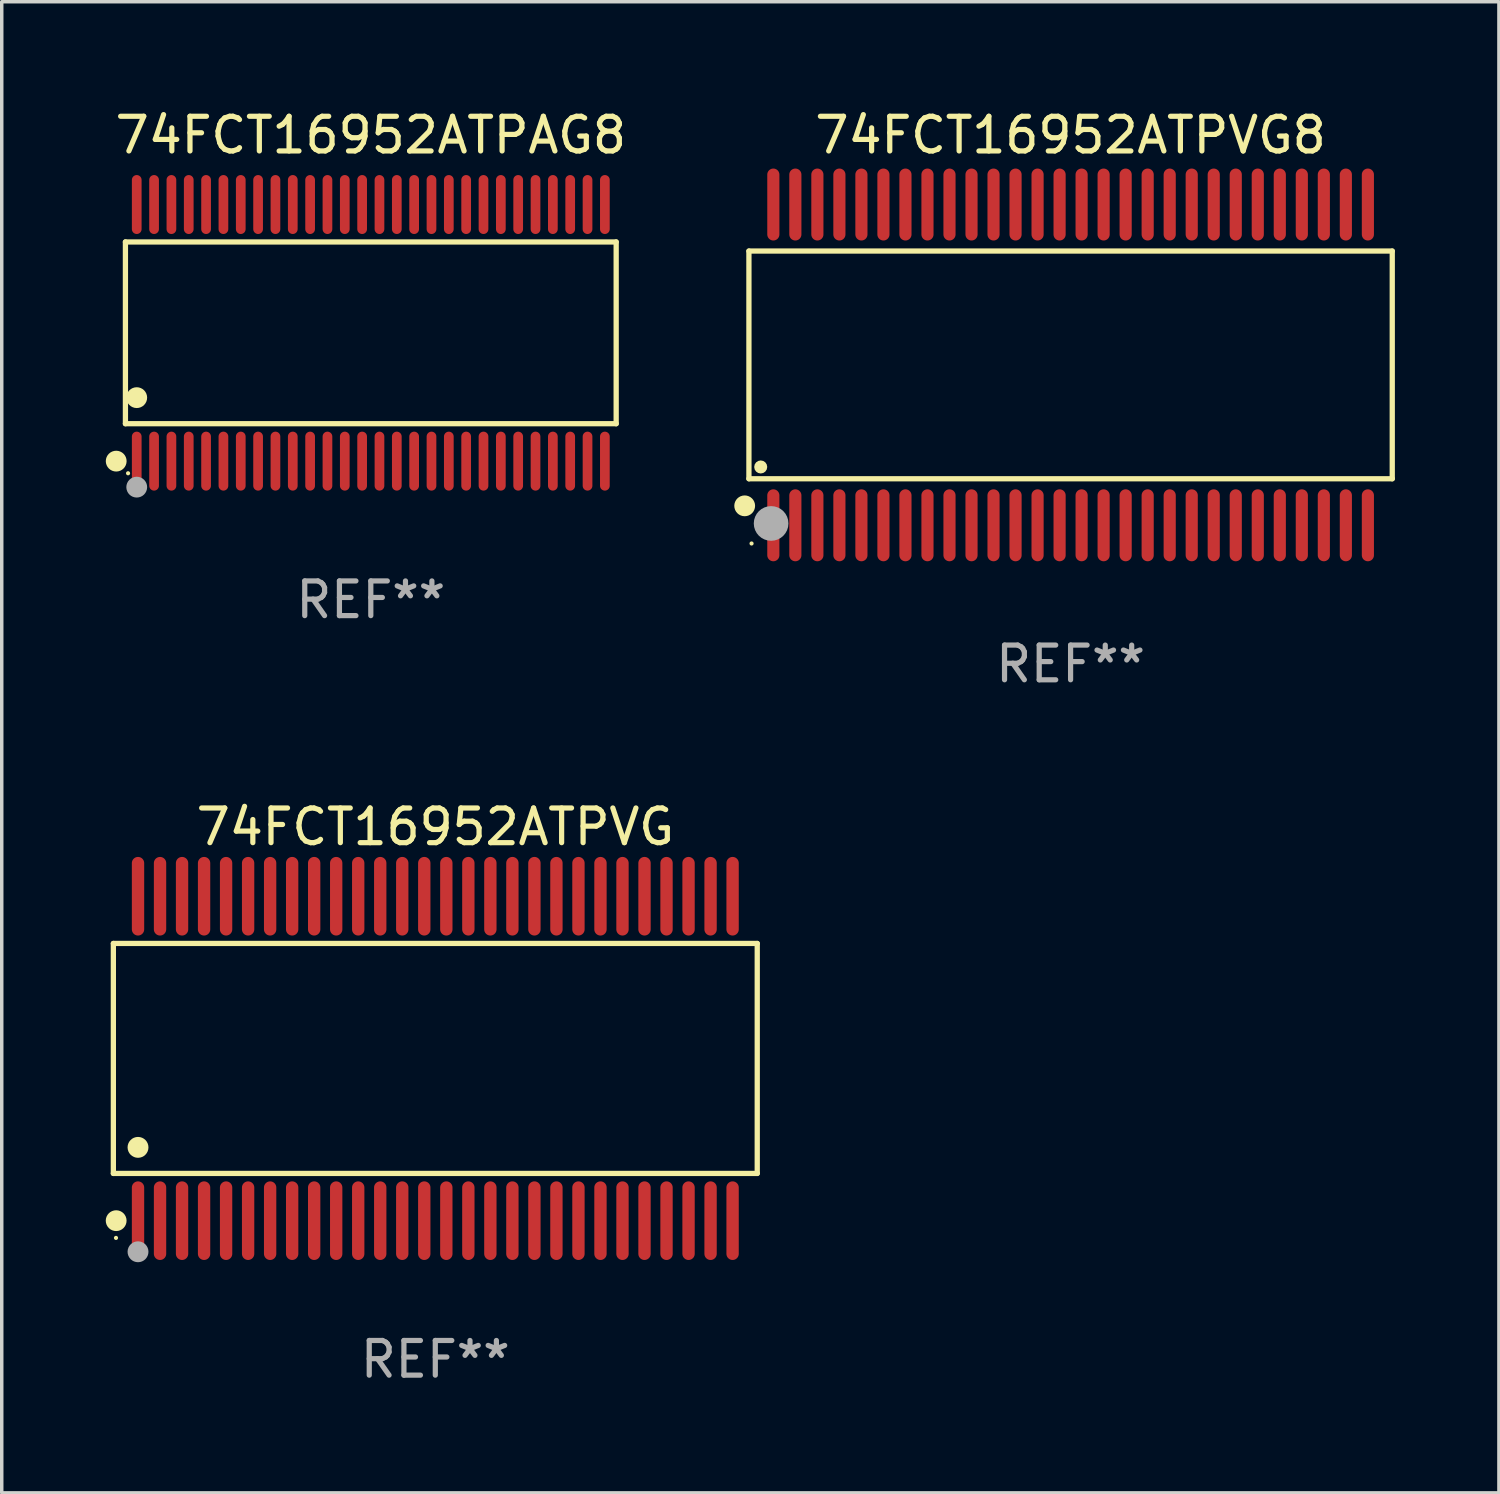
<source format=kicad_pcb>
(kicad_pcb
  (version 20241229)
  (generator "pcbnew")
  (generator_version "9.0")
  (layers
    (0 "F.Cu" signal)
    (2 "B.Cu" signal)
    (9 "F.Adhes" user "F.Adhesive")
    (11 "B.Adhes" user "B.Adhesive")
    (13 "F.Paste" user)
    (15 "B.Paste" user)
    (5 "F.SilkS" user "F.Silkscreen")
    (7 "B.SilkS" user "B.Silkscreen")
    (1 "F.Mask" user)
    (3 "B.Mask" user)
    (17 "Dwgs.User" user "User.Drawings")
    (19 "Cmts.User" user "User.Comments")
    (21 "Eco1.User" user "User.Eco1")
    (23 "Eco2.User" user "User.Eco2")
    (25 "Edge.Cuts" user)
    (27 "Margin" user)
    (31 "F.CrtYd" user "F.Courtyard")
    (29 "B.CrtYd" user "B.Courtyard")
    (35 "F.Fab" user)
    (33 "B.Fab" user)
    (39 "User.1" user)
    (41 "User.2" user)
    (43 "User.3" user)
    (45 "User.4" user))
  (footprint "74FCT16952ATPVG"
    (layer "F.Cu")
    (at 9.503 27.473)
    (property "Reference" "74FCT16952ATPVG" (at 0 -6.678 0) (layer "F.SilkS") (effects (font (size 1 1) (thickness 0.15))))
    (attr through_hole)
    (fp_line (start -9.284 -3.316) (end 9.284 -3.316) (stroke (width 0.152) (type solid)) (layer "F.SilkS"))
    (fp_line (start -9.284 3.316) (end -9.284 -3.316) (stroke (width 0.152) (type solid)) (layer "F.SilkS"))
    (fp_line (start 9.284 -3.316) (end 9.284 3.316) (stroke (width 0.152) (type solid)) (layer "F.SilkS"))
    (fp_line (start 9.284 3.316) (end -9.284 3.316) (stroke (width 0.152) (type solid)) (layer "F.SilkS"))
    (fp_circle (center -9.208 5.175) (end -9.178 5.175) (stroke (width 0.06) (type solid)) (fill no) (layer "F.SilkS"))
    (fp_circle (center -9.203 4.678) (end -9.053 4.678) (stroke (width 0.3) (type solid)) (fill no) (layer "F.SilkS"))
    (fp_circle (center -8.573 2.564) (end -8.422 2.564) (stroke (width 0.3) (type solid)) (fill no) (layer "F.SilkS"))
    (fp_circle (center -8.573 5.575) (end -8.422 5.575) (stroke (width 0.3) (type solid)) (fill no) (layer "F.Fab"))
    (fp_text user "REF**" (at 0 8.678 0) (layer "F.Fab") (effects (font (size 1 1) (thickness 0.15))))
    (pad "1" smd oval (at -8.573 4.678) (size 0.356 2.267) (layers "F.Cu" "F.Mask" "F.Paste"))
    (pad "2" smd oval (at -7.938 4.678) (size 0.356 2.267) (layers "F.Cu" "F.Mask" "F.Paste"))
    (pad "3" smd oval (at -7.303 4.678) (size 0.356 2.267) (layers "F.Cu" "F.Mask" "F.Paste"))
    (pad "4" smd oval (at -6.668 4.678) (size 0.356 2.267) (layers "F.Cu" "F.Mask" "F.Paste"))
    (pad "5" smd oval (at -6.033 4.678) (size 0.356 2.267) (layers "F.Cu" "F.Mask" "F.Paste"))
    (pad "6" smd oval (at -5.398 4.678) (size 0.356 2.267) (layers "F.Cu" "F.Mask" "F.Paste"))
    (pad "7" smd oval (at -4.763 4.678) (size 0.356 2.267) (layers "F.Cu" "F.Mask" "F.Paste"))
    (pad "8" smd oval (at -4.128 4.678) (size 0.356 2.267) (layers "F.Cu" "F.Mask" "F.Paste"))
    (pad "9" smd oval (at -3.493 4.678) (size 0.356 2.267) (layers "F.Cu" "F.Mask" "F.Paste"))
    (pad "10" smd oval (at -2.858 4.678) (size 0.356 2.267) (layers "F.Cu" "F.Mask" "F.Paste"))
    (pad "11" smd oval (at -2.223 4.678) (size 0.356 2.267) (layers "F.Cu" "F.Mask" "F.Paste"))
    (pad "12" smd oval (at -1.588 4.678) (size 0.356 2.267) (layers "F.Cu" "F.Mask" "F.Paste"))
    (pad "13" smd oval (at -0.953 4.678) (size 0.356 2.267) (layers "F.Cu" "F.Mask" "F.Paste"))
    (pad "14" smd oval (at -0.318 4.678) (size 0.356 2.267) (layers "F.Cu" "F.Mask" "F.Paste"))
    (pad "15" smd oval (at 0.318 4.678) (size 0.356 2.267) (layers "F.Cu" "F.Mask" "F.Paste"))
    (pad "16" smd oval (at 0.953 4.678) (size 0.356 2.267) (layers "F.Cu" "F.Mask" "F.Paste"))
    (pad "17" smd oval (at 1.588 4.678) (size 0.356 2.267) (layers "F.Cu" "F.Mask" "F.Paste"))
    (pad "18" smd oval (at 2.223 4.678) (size 0.356 2.267) (layers "F.Cu" "F.Mask" "F.Paste"))
    (pad "19" smd oval (at 2.858 4.678) (size 0.356 2.267) (layers "F.Cu" "F.Mask" "F.Paste"))
    (pad "20" smd oval (at 3.493 4.678) (size 0.356 2.267) (layers "F.Cu" "F.Mask" "F.Paste"))
    (pad "21" smd oval (at 4.128 4.678) (size 0.356 2.267) (layers "F.Cu" "F.Mask" "F.Paste"))
    (pad "22" smd oval (at 4.763 4.678) (size 0.356 2.267) (layers "F.Cu" "F.Mask" "F.Paste"))
    (pad "23" smd oval (at 5.398 4.678) (size 0.356 2.267) (layers "F.Cu" "F.Mask" "F.Paste"))
    (pad "24" smd oval (at 6.033 4.678) (size 0.356 2.267) (layers "F.Cu" "F.Mask" "F.Paste"))
    (pad "25" smd oval (at 6.668 4.678) (size 0.356 2.267) (layers "F.Cu" "F.Mask" "F.Paste"))
    (pad "26" smd oval (at 7.303 4.678) (size 0.356 2.267) (layers "F.Cu" "F.Mask" "F.Paste"))
    (pad "27" smd oval (at 7.938 4.678) (size 0.356 2.267) (layers "F.Cu" "F.Mask" "F.Paste"))
    (pad "28" smd oval (at 8.573 4.678) (size 0.356 2.267) (layers "F.Cu" "F.Mask" "F.Paste"))
    (pad "29" smd oval (at 8.573 -4.678) (size 0.356 2.267) (layers "F.Cu" "F.Mask" "F.Paste"))
    (pad "30" smd oval (at 7.938 -4.678) (size 0.356 2.267) (layers "F.Cu" "F.Mask" "F.Paste"))
    (pad "31" smd oval (at 7.303 -4.678) (size 0.356 2.267) (layers "F.Cu" "F.Mask" "F.Paste"))
    (pad "32" smd oval (at 6.668 -4.678) (size 0.356 2.267) (layers "F.Cu" "F.Mask" "F.Paste"))
    (pad "33" smd oval (at 6.033 -4.678) (size 0.356 2.267) (layers "F.Cu" "F.Mask" "F.Paste"))
    (pad "34" smd oval (at 5.398 -4.678) (size 0.356 2.267) (layers "F.Cu" "F.Mask" "F.Paste"))
    (pad "35" smd oval (at 4.763 -4.678) (size 0.356 2.267) (layers "F.Cu" "F.Mask" "F.Paste"))
    (pad "36" smd oval (at 4.128 -4.678) (size 0.356 2.267) (layers "F.Cu" "F.Mask" "F.Paste"))
    (pad "37" smd oval (at 3.493 -4.678) (size 0.356 2.267) (layers "F.Cu" "F.Mask" "F.Paste"))
    (pad "38" smd oval (at 2.858 -4.678) (size 0.356 2.267) (layers "F.Cu" "F.Mask" "F.Paste"))
    (pad "39" smd oval (at 2.223 -4.678) (size 0.356 2.267) (layers "F.Cu" "F.Mask" "F.Paste"))
    (pad "40" smd oval (at 1.588 -4.678) (size 0.356 2.267) (layers "F.Cu" "F.Mask" "F.Paste"))
    (pad "41" smd oval (at 0.953 -4.678) (size 0.356 2.267) (layers "F.Cu" "F.Mask" "F.Paste"))
    (pad "42" smd oval (at 0.318 -4.678) (size 0.356 2.267) (layers "F.Cu" "F.Mask" "F.Paste"))
    (pad "43" smd oval (at -0.318 -4.678) (size 0.356 2.267) (layers "F.Cu" "F.Mask" "F.Paste"))
    (pad "44" smd oval (at -0.953 -4.678) (size 0.356 2.267) (layers "F.Cu" "F.Mask" "F.Paste"))
    (pad "45" smd oval (at -1.588 -4.678) (size 0.356 2.267) (layers "F.Cu" "F.Mask" "F.Paste"))
    (pad "46" smd oval (at -2.223 -4.678) (size 0.356 2.267) (layers "F.Cu" "F.Mask" "F.Paste"))
    (pad "47" smd oval (at -2.858 -4.678) (size 0.356 2.267) (layers "F.Cu" "F.Mask" "F.Paste"))
    (pad "48" smd oval (at -3.493 -4.678) (size 0.356 2.267) (layers "F.Cu" "F.Mask" "F.Paste"))
    (pad "49" smd oval (at -4.128 -4.678) (size 0.356 2.267) (layers "F.Cu" "F.Mask" "F.Paste"))
    (pad "50" smd oval (at -4.763 -4.678) (size 0.356 2.267) (layers "F.Cu" "F.Mask" "F.Paste"))
    (pad "51" smd oval (at -5.398 -4.678) (size 0.356 2.267) (layers "F.Cu" "F.Mask" "F.Paste"))
    (pad "52" smd oval (at -6.033 -4.678) (size 0.356 2.267) (layers "F.Cu" "F.Mask" "F.Paste"))
    (pad "53" smd oval (at -6.668 -4.678) (size 0.356 2.267) (layers "F.Cu" "F.Mask" "F.Paste"))
    (pad "54" smd oval (at -7.303 -4.678) (size 0.356 2.267) (layers "F.Cu" "F.Mask" "F.Paste"))
    (pad "55" smd oval (at -7.938 -4.678) (size 0.356 2.267) (layers "F.Cu" "F.Mask" "F.Paste"))
    (pad "56" smd oval (at -8.573 -4.678) (size 0.356 2.267) (layers "F.Cu" "F.Mask" "F.Paste")))
  (footprint "74FCT16952ATPVG8"
    (layer "F.Cu")
    (at 27.823 7.473)
    (property "Reference" "74FCT16952ATPVG8" (at 0 -6.625 0) (layer "F.SilkS") (effects (font (size 1 1) (thickness 0.15))))
    (attr through_hole)
    (fp_line (start -9.276 -3.283) (end 9.276 -3.283) (stroke (width 0.152) (type solid)) (layer "F.SilkS"))
    (fp_line (start -9.276 3.283) (end -9.276 -3.283) (stroke (width 0.152) (type solid)) (layer "F.SilkS"))
    (fp_line (start 9.276 -3.283) (end 9.276 3.283) (stroke (width 0.152) (type solid)) (layer "F.SilkS"))
    (fp_line (start 9.276 3.283) (end -9.276 3.283) (stroke (width 0.152) (type solid)) (layer "F.SilkS"))
    (fp_circle (center -9.398 4.064) (end -9.248 4.064) (stroke (width 0.3) (type solid)) (fill no) (layer "F.SilkS"))
    (fp_circle (center -9.2 5.15) (end -9.17 5.15) (stroke (width 0.06) (type solid)) (fill no) (layer "F.SilkS"))
    (fp_circle (center -8.936 2.943) (end -8.842 2.943) (stroke (width 0.188) (type solid)) (fill no) (layer "F.SilkS"))
    (fp_circle (center -8.636 4.572) (end -8.386 4.572) (stroke (width 0.5) (type solid)) (fill no) (layer "F.Fab"))
    (fp_text user "REF**" (at 0 8.625 0) (layer "F.Fab") (effects (font (size 1 1) (thickness 0.15))))
    (pad "1" smd oval (at -8.572 4.625 90) (size 2.075 0.35) (layers "F.Cu" "F.Mask" "F.Paste"))
    (pad "2" smd oval (at -7.937 4.625 90) (size 2.075 0.35) (layers "F.Cu" "F.Mask" "F.Paste"))
    (pad "3" smd oval (at -7.302 4.625 90) (size 2.075 0.35) (layers "F.Cu" "F.Mask" "F.Paste"))
    (pad "4" smd oval (at -6.667 4.625 90) (size 2.075 0.35) (layers "F.Cu" "F.Mask" "F.Paste"))
    (pad "5" smd oval (at -6.032 4.625 90) (size 2.075 0.35) (layers "F.Cu" "F.Mask" "F.Paste"))
    (pad "6" smd oval (at -5.397 4.625 90) (size 2.075 0.35) (layers "F.Cu" "F.Mask" "F.Paste"))
    (pad "7" smd oval (at -4.762 4.625 90) (size 2.075 0.35) (layers "F.Cu" "F.Mask" "F.Paste"))
    (pad "8" smd oval (at -4.127 4.625 90) (size 2.075 0.35) (layers "F.Cu" "F.Mask" "F.Paste"))
    (pad "9" smd oval (at -3.492 4.625 90) (size 2.075 0.35) (layers "F.Cu" "F.Mask" "F.Paste"))
    (pad "10" smd oval (at -2.857 4.625 90) (size 2.075 0.35) (layers "F.Cu" "F.Mask" "F.Paste"))
    (pad "11" smd oval (at -2.222 4.625 90) (size 2.075 0.35) (layers "F.Cu" "F.Mask" "F.Paste"))
    (pad "12" smd oval (at -1.587 4.625 90) (size 2.075 0.35) (layers "F.Cu" "F.Mask" "F.Paste"))
    (pad "13" smd oval (at -0.952 4.625 90) (size 2.075 0.35) (layers "F.Cu" "F.Mask" "F.Paste"))
    (pad "14" smd oval (at -0.317 4.625 90) (size 2.075 0.35) (layers "F.Cu" "F.Mask" "F.Paste"))
    (pad "15" smd oval (at 0.318 4.625 90) (size 2.075 0.35) (layers "F.Cu" "F.Mask" "F.Paste"))
    (pad "16" smd oval (at 0.953 4.625 90) (size 2.075 0.35) (layers "F.Cu" "F.Mask" "F.Paste"))
    (pad "17" smd oval (at 1.588 4.625 90) (size 2.075 0.35) (layers "F.Cu" "F.Mask" "F.Paste"))
    (pad "18" smd oval (at 2.223 4.625 90) (size 2.075 0.35) (layers "F.Cu" "F.Mask" "F.Paste"))
    (pad "19" smd oval (at 2.858 4.625 90) (size 2.075 0.35) (layers "F.Cu" "F.Mask" "F.Paste"))
    (pad "20" smd oval (at 3.493 4.625 90) (size 2.075 0.35) (layers "F.Cu" "F.Mask" "F.Paste"))
    (pad "21" smd oval (at 4.128 4.625 90) (size 2.075 0.35) (layers "F.Cu" "F.Mask" "F.Paste"))
    (pad "22" smd oval (at 4.763 4.625 90) (size 2.075 0.35) (layers "F.Cu" "F.Mask" "F.Paste"))
    (pad "23" smd oval (at 5.398 4.625 90) (size 2.075 0.35) (layers "F.Cu" "F.Mask" "F.Paste"))
    (pad "24" smd oval (at 6.033 4.625 90) (size 2.075 0.35) (layers "F.Cu" "F.Mask" "F.Paste"))
    (pad "25" smd oval (at 6.668 4.625 90) (size 2.075 0.35) (layers "F.Cu" "F.Mask" "F.Paste"))
    (pad "26" smd oval (at 7.303 4.625 90) (size 2.075 0.35) (layers "F.Cu" "F.Mask" "F.Paste"))
    (pad "27" smd oval (at 7.938 4.625 90) (size 2.075 0.35) (layers "F.Cu" "F.Mask" "F.Paste"))
    (pad "28" smd oval (at 8.573 4.625 90) (size 2.075 0.35) (layers "F.Cu" "F.Mask" "F.Paste"))
    (pad "29" smd oval (at 8.573 -4.625 90) (size 2.075 0.35) (layers "F.Cu" "F.Mask" "F.Paste"))
    (pad "30" smd oval (at 7.938 -4.625 90) (size 2.075 0.35) (layers "F.Cu" "F.Mask" "F.Paste"))
    (pad "31" smd oval (at 7.303 -4.625 90) (size 2.075 0.35) (layers "F.Cu" "F.Mask" "F.Paste"))
    (pad "32" smd oval (at 6.668 -4.625 90) (size 2.075 0.35) (layers "F.Cu" "F.Mask" "F.Paste"))
    (pad "33" smd oval (at 6.033 -4.625 90) (size 2.075 0.35) (layers "F.Cu" "F.Mask" "F.Paste"))
    (pad "34" smd oval (at 5.398 -4.625 90) (size 2.075 0.35) (layers "F.Cu" "F.Mask" "F.Paste"))
    (pad "35" smd oval (at 4.763 -4.625 90) (size 2.075 0.35) (layers "F.Cu" "F.Mask" "F.Paste"))
    (pad "36" smd oval (at 4.128 -4.625 90) (size 2.075 0.35) (layers "F.Cu" "F.Mask" "F.Paste"))
    (pad "37" smd oval (at 3.493 -4.625 90) (size 2.075 0.35) (layers "F.Cu" "F.Mask" "F.Paste"))
    (pad "38" smd oval (at 2.858 -4.625 90) (size 2.075 0.35) (layers "F.Cu" "F.Mask" "F.Paste"))
    (pad "39" smd oval (at 2.223 -4.625 90) (size 2.075 0.35) (layers "F.Cu" "F.Mask" "F.Paste"))
    (pad "40" smd oval (at 1.588 -4.625 90) (size 2.075 0.35) (layers "F.Cu" "F.Mask" "F.Paste"))
    (pad "41" smd oval (at 0.953 -4.625 90) (size 2.075 0.35) (layers "F.Cu" "F.Mask" "F.Paste"))
    (pad "42" smd oval (at 0.318 -4.625 90) (size 2.075 0.35) (layers "F.Cu" "F.Mask" "F.Paste"))
    (pad "43" smd oval (at -0.317 -4.625 90) (size 2.075 0.35) (layers "F.Cu" "F.Mask" "F.Paste"))
    (pad "44" smd oval (at -0.952 -4.625 90) (size 2.075 0.35) (layers "F.Cu" "F.Mask" "F.Paste"))
    (pad "45" smd oval (at -1.587 -4.625 90) (size 2.075 0.35) (layers "F.Cu" "F.Mask" "F.Paste"))
    (pad "46" smd oval (at -2.222 -4.625 90) (size 2.075 0.35) (layers "F.Cu" "F.Mask" "F.Paste"))
    (pad "47" smd oval (at -2.857 -4.625 90) (size 2.075 0.35) (layers "F.Cu" "F.Mask" "F.Paste"))
    (pad "48" smd oval (at -3.492 -4.625 90) (size 2.075 0.35) (layers "F.Cu" "F.Mask" "F.Paste"))
    (pad "49" smd oval (at -4.127 -4.625 90) (size 2.075 0.35) (layers "F.Cu" "F.Mask" "F.Paste"))
    (pad "50" smd oval (at -4.762 -4.625 90) (size 2.075 0.35) (layers "F.Cu" "F.Mask" "F.Paste"))
    (pad "51" smd oval (at -5.397 -4.625 90) (size 2.075 0.35) (layers "F.Cu" "F.Mask" "F.Paste"))
    (pad "52" smd oval (at -6.032 -4.625 90) (size 2.075 0.35) (layers "F.Cu" "F.Mask" "F.Paste"))
    (pad "53" smd oval (at -6.667 -4.625 90) (size 2.075 0.35) (layers "F.Cu" "F.Mask" "F.Paste"))
    (pad "54" smd oval (at -7.302 -4.625 90) (size 2.075 0.35) (layers "F.Cu" "F.Mask" "F.Paste"))
    (pad "55" smd oval (at -7.937 -4.625 90) (size 2.075 0.35) (layers "F.Cu" "F.Mask" "F.Paste"))
    (pad "56" smd oval (at -8.572 -4.625 90) (size 2.075 0.35) (layers "F.Cu" "F.Mask" "F.Paste")))
  (footprint "74FCT16952ATPAG8"
    (layer "F.Cu")
    (at 7.643 6.548)
    (property "Reference" "74FCT16952ATPAG8" (at 0 -5.7 0) (layer "F.SilkS") (effects (font (size 1 1) (thickness 0.15))))
    (attr through_hole)
    (fp_line (start -7.076 -2.621) (end 7.076 -2.621) (stroke (width 0.152) (type solid)) (layer "F.SilkS"))
    (fp_line (start -7.076 2.621) (end -7.076 -2.621) (stroke (width 0.152) (type solid)) (layer "F.SilkS"))
    (fp_line (start 7.076 -2.621) (end 7.076 2.621) (stroke (width 0.152) (type solid)) (layer "F.SilkS"))
    (fp_line (start 7.076 2.621) (end -7.076 2.621) (stroke (width 0.152) (type solid)) (layer "F.SilkS"))
    (fp_circle (center -7.342 3.7) (end -7.192 3.7) (stroke (width 0.3) (type solid)) (fill no) (layer "F.SilkS"))
    (fp_circle (center -7 4.05) (end -6.97 4.05) (stroke (width 0.06) (type solid)) (fill no) (layer "F.SilkS"))
    (fp_circle (center -6.75 1.869) (end -6.6 1.869) (stroke (width 0.3) (type solid)) (fill no) (layer "F.SilkS"))
    (fp_circle (center -6.75 4.45) (end -6.6 4.45) (stroke (width 0.3) (type solid)) (fill no) (layer "F.Fab"))
    (fp_text user "REF**" (at 0 7.7 0) (layer "F.Fab") (effects (font (size 1 1) (thickness 0.15))))
    (pad "1" smd oval (at -6.75 3.7) (size 0.28 1.7) (layers "F.Cu" "F.Mask" "F.Paste"))
    (pad "2" smd oval (at -6.25 3.7) (size 0.28 1.7) (layers "F.Cu" "F.Mask" "F.Paste"))
    (pad "3" smd oval (at -5.75 3.7) (size 0.28 1.7) (layers "F.Cu" "F.Mask" "F.Paste"))
    (pad "4" smd oval (at -5.25 3.7) (size 0.28 1.7) (layers "F.Cu" "F.Mask" "F.Paste"))
    (pad "5" smd oval (at -4.75 3.7) (size 0.28 1.7) (layers "F.Cu" "F.Mask" "F.Paste"))
    (pad "6" smd oval (at -4.25 3.7) (size 0.28 1.7) (layers "F.Cu" "F.Mask" "F.Paste"))
    (pad "7" smd oval (at -3.75 3.7) (size 0.28 1.7) (layers "F.Cu" "F.Mask" "F.Paste"))
    (pad "8" smd oval (at -3.25 3.7) (size 0.28 1.7) (layers "F.Cu" "F.Mask" "F.Paste"))
    (pad "9" smd oval (at -2.75 3.7) (size 0.28 1.7) (layers "F.Cu" "F.Mask" "F.Paste"))
    (pad "10" smd oval (at -2.25 3.7) (size 0.28 1.7) (layers "F.Cu" "F.Mask" "F.Paste"))
    (pad "11" smd oval (at -1.75 3.7) (size 0.28 1.7) (layers "F.Cu" "F.Mask" "F.Paste"))
    (pad "12" smd oval (at -1.25 3.7) (size 0.28 1.7) (layers "F.Cu" "F.Mask" "F.Paste"))
    (pad "13" smd oval (at -0.75 3.7) (size 0.28 1.7) (layers "F.Cu" "F.Mask" "F.Paste"))
    (pad "14" smd oval (at -0.25 3.7) (size 0.28 1.7) (layers "F.Cu" "F.Mask" "F.Paste"))
    (pad "15" smd oval (at 0.25 3.7) (size 0.28 1.7) (layers "F.Cu" "F.Mask" "F.Paste"))
    (pad "16" smd oval (at 0.75 3.7) (size 0.28 1.7) (layers "F.Cu" "F.Mask" "F.Paste"))
    (pad "17" smd oval (at 1.25 3.7) (size 0.28 1.7) (layers "F.Cu" "F.Mask" "F.Paste"))
    (pad "18" smd oval (at 1.75 3.7) (size 0.28 1.7) (layers "F.Cu" "F.Mask" "F.Paste"))
    (pad "19" smd oval (at 2.25 3.7) (size 0.28 1.7) (layers "F.Cu" "F.Mask" "F.Paste"))
    (pad "20" smd oval (at 2.75 3.7) (size 0.28 1.7) (layers "F.Cu" "F.Mask" "F.Paste"))
    (pad "21" smd oval (at 3.25 3.7) (size 0.28 1.7) (layers "F.Cu" "F.Mask" "F.Paste"))
    (pad "22" smd oval (at 3.75 3.7) (size 0.28 1.7) (layers "F.Cu" "F.Mask" "F.Paste"))
    (pad "23" smd oval (at 4.25 3.7) (size 0.28 1.7) (layers "F.Cu" "F.Mask" "F.Paste"))
    (pad "24" smd oval (at 4.75 3.7) (size 0.28 1.7) (layers "F.Cu" "F.Mask" "F.Paste"))
    (pad "25" smd oval (at 5.25 3.7) (size 0.28 1.7) (layers "F.Cu" "F.Mask" "F.Paste"))
    (pad "26" smd oval (at 5.75 3.7) (size 0.28 1.7) (layers "F.Cu" "F.Mask" "F.Paste"))
    (pad "27" smd oval (at 6.25 3.7) (size 0.28 1.7) (layers "F.Cu" "F.Mask" "F.Paste"))
    (pad "28" smd oval (at 6.75 3.7) (size 0.28 1.7) (layers "F.Cu" "F.Mask" "F.Paste"))
    (pad "29" smd oval (at 6.75 -3.7) (size 0.28 1.7) (layers "F.Cu" "F.Mask" "F.Paste"))
    (pad "30" smd oval (at 6.25 -3.7) (size 0.28 1.7) (layers "F.Cu" "F.Mask" "F.Paste"))
    (pad "31" smd oval (at 5.75 -3.7) (size 0.28 1.7) (layers "F.Cu" "F.Mask" "F.Paste"))
    (pad "32" smd oval (at 5.25 -3.7) (size 0.28 1.7) (layers "F.Cu" "F.Mask" "F.Paste"))
    (pad "33" smd oval (at 4.75 -3.7) (size 0.28 1.7) (layers "F.Cu" "F.Mask" "F.Paste"))
    (pad "34" smd oval (at 4.25 -3.7) (size 0.28 1.7) (layers "F.Cu" "F.Mask" "F.Paste"))
    (pad "35" smd oval (at 3.75 -3.7) (size 0.28 1.7) (layers "F.Cu" "F.Mask" "F.Paste"))
    (pad "36" smd oval (at 3.25 -3.7) (size 0.28 1.7) (layers "F.Cu" "F.Mask" "F.Paste"))
    (pad "37" smd oval (at 2.75 -3.7) (size 0.28 1.7) (layers "F.Cu" "F.Mask" "F.Paste"))
    (pad "38" smd oval (at 2.25 -3.7) (size 0.28 1.7) (layers "F.Cu" "F.Mask" "F.Paste"))
    (pad "39" smd oval (at 1.75 -3.7) (size 0.28 1.7) (layers "F.Cu" "F.Mask" "F.Paste"))
    (pad "40" smd oval (at 1.25 -3.7) (size 0.28 1.7) (layers "F.Cu" "F.Mask" "F.Paste"))
    (pad "41" smd oval (at 0.75 -3.7) (size 0.28 1.7) (layers "F.Cu" "F.Mask" "F.Paste"))
    (pad "42" smd oval (at 0.25 -3.7) (size 0.28 1.7) (layers "F.Cu" "F.Mask" "F.Paste"))
    (pad "43" smd oval (at -0.25 -3.7) (size 0.28 1.7) (layers "F.Cu" "F.Mask" "F.Paste"))
    (pad "44" smd oval (at -0.75 -3.7) (size 0.28 1.7) (layers "F.Cu" "F.Mask" "F.Paste"))
    (pad "45" smd oval (at -1.25 -3.7) (size 0.28 1.7) (layers "F.Cu" "F.Mask" "F.Paste"))
    (pad "46" smd oval (at -1.75 -3.7) (size 0.28 1.7) (layers "F.Cu" "F.Mask" "F.Paste"))
    (pad "47" smd oval (at -2.25 -3.7) (size 0.28 1.7) (layers "F.Cu" "F.Mask" "F.Paste"))
    (pad "48" smd oval (at -2.75 -3.7) (size 0.28 1.7) (layers "F.Cu" "F.Mask" "F.Paste"))
    (pad "49" smd oval (at -3.25 -3.7) (size 0.28 1.7) (layers "F.Cu" "F.Mask" "F.Paste"))
    (pad "50" smd oval (at -3.75 -3.7) (size 0.28 1.7) (layers "F.Cu" "F.Mask" "F.Paste"))
    (pad "51" smd oval (at -4.25 -3.7) (size 0.28 1.7) (layers "F.Cu" "F.Mask" "F.Paste"))
    (pad "52" smd oval (at -4.75 -3.7) (size 0.28 1.7) (layers "F.Cu" "F.Mask" "F.Paste"))
    (pad "53" smd oval (at -5.25 -3.7) (size 0.28 1.7) (layers "F.Cu" "F.Mask" "F.Paste"))
    (pad "54" smd oval (at -5.75 -3.7) (size 0.28 1.7) (layers "F.Cu" "F.Mask" "F.Paste"))
    (pad "55" smd oval (at -6.25 -3.7) (size 0.28 1.7) (layers "F.Cu" "F.Mask" "F.Paste"))
    (pad "56" smd oval (at -6.75 -3.7) (size 0.28 1.7) (layers "F.Cu" "F.Mask" "F.Paste")))
  (gr_rect
    (start -3 -3)
    (end 40.175 40)
    (stroke (width 0.1) (type default))
    (fill no)
    (layer "Edge.Cuts")))
</source>
